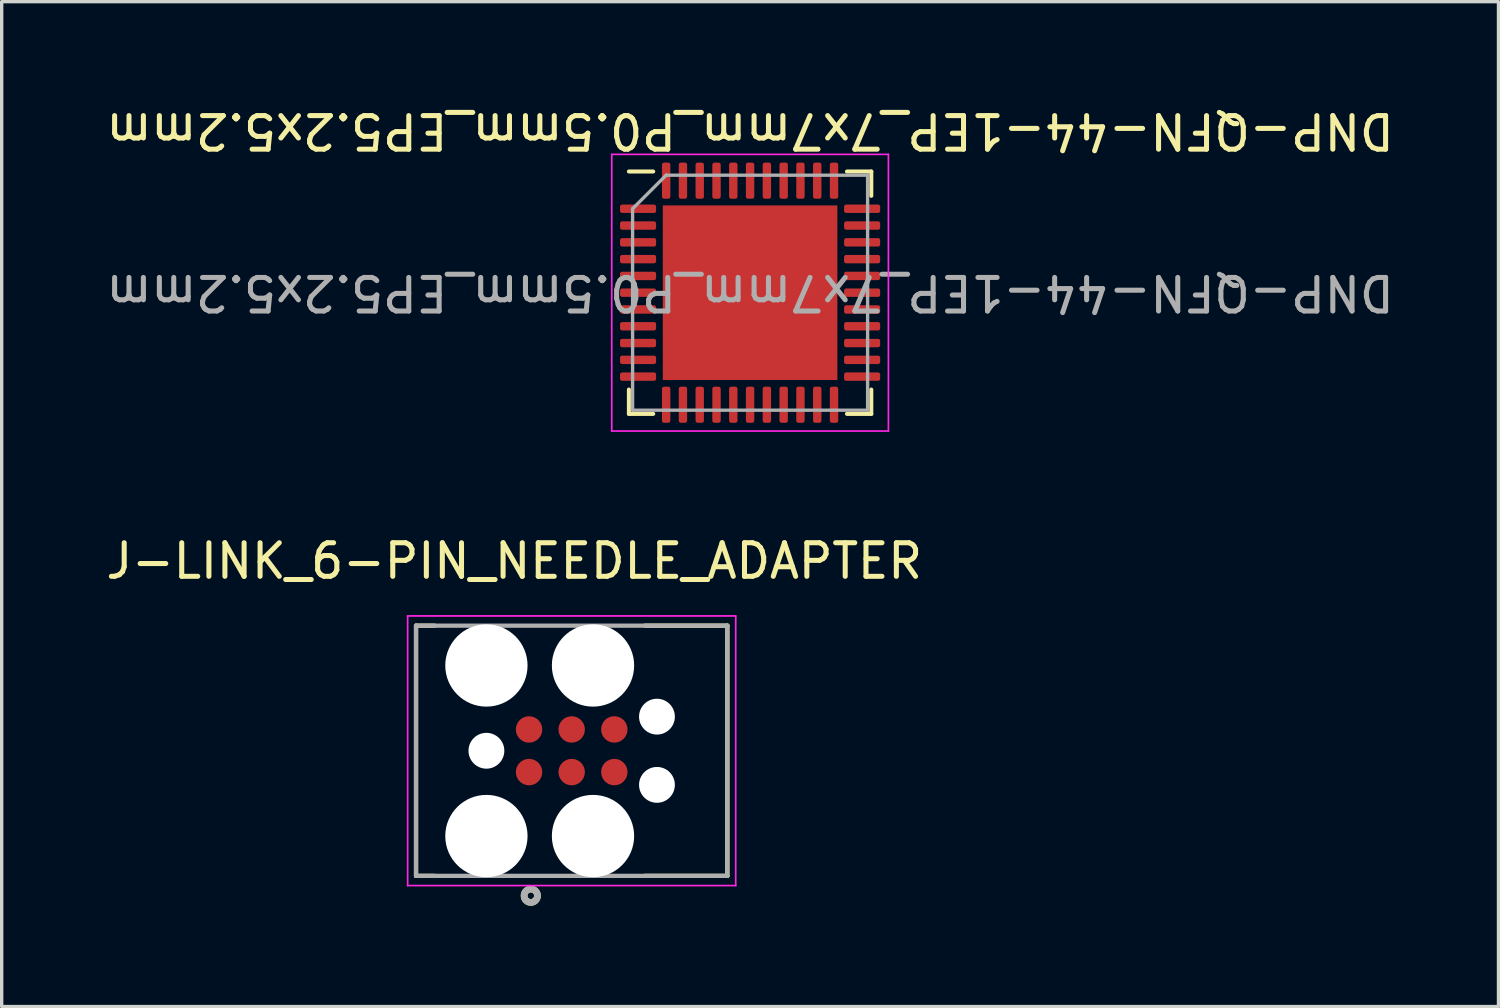
<source format=kicad_pcb>
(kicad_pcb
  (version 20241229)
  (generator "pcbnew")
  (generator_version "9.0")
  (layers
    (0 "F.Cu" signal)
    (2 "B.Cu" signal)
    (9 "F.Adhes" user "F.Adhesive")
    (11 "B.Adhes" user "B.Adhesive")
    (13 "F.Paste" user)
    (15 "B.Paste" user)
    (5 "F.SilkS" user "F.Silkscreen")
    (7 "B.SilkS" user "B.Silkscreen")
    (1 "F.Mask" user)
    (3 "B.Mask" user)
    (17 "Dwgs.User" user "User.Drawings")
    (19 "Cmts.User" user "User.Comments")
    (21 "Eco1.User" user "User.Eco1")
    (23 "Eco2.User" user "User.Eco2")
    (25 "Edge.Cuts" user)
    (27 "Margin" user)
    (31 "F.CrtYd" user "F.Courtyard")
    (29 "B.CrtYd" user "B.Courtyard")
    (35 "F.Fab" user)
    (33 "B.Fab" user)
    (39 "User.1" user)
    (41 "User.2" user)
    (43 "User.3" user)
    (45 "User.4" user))
  (footprint "DNP-QFN-44-1EP_7x7mm_P0.5mm_EP5.2x5.2mm"
    (layer "F.Cu")
    (at 19.292 5.668)
    (property "Reference" "DNP-QFN-44-1EP_7x7mm_P0.5mm_EP5.2x5.2mm" (at 0 -4.82 180) (unlocked yes) (layer "F.SilkS") (effects (font (size 1 1) (thickness 0.15))))
    (attr smd exclude_from_pos_files exclude_from_bom)
    (fp_line (start -3.61 3.61) (end -3.61 2.885) (stroke (width 0.12) (type solid)) (layer "F.SilkS"))
    (fp_line (start -2.885 -3.61) (end -3.61 -3.61) (stroke (width 0.12) (type solid)) (layer "F.SilkS"))
    (fp_line (start -2.885 3.61) (end -3.61 3.61) (stroke (width 0.12) (type solid)) (layer "F.SilkS"))
    (fp_line (start 2.885 -3.61) (end 3.61 -3.61) (stroke (width 0.12) (type solid)) (layer "F.SilkS"))
    (fp_line (start 2.885 3.61) (end 3.61 3.61) (stroke (width 0.12) (type solid)) (layer "F.SilkS"))
    (fp_line (start 3.61 -3.61) (end 3.61 -2.885) (stroke (width 0.12) (type solid)) (layer "F.SilkS"))
    (fp_line (start 3.61 3.61) (end 3.61 2.885) (stroke (width 0.12) (type solid)) (layer "F.SilkS"))
    (fp_line (start -4.12 -4.12) (end -4.12 4.12) (stroke (width 0.05) (type solid)) (layer "F.CrtYd"))
    (fp_line (start -4.12 4.12) (end 4.12 4.12) (stroke (width 0.05) (type solid)) (layer "F.CrtYd"))
    (fp_line (start 4.12 -4.12) (end -4.12 -4.12) (stroke (width 0.05) (type solid)) (layer "F.CrtYd"))
    (fp_line (start 4.12 4.12) (end 4.12 -4.12) (stroke (width 0.05) (type solid)) (layer "F.CrtYd"))
    (fp_line (start -3.5 -2.5) (end -2.5 -3.5) (stroke (width 0.1) (type solid)) (layer "F.Fab"))
    (fp_line (start -3.5 3.5) (end -3.5 -2.5) (stroke (width 0.1) (type solid)) (layer "F.Fab"))
    (fp_line (start -2.5 -3.5) (end 3.5 -3.5) (stroke (width 0.1) (type solid)) (layer "F.Fab"))
    (fp_line (start 3.5 -3.5) (end 3.5 3.5) (stroke (width 0.1) (type solid)) (layer "F.Fab"))
    (fp_line (start 3.5 3.5) (end -3.5 3.5) (stroke (width 0.1) (type solid)) (layer "F.Fab"))
    (fp_text user "${REFERENCE}" (at 0 0 180) (unlocked yes) (layer "F.Fab") (effects (font (size 1 1) (thickness 0.15))))
    (pad "1" smd roundrect (at -3.337 -2.5) (size 1.075 0.25) (layers "F.Cu" "F.Mask") (roundrect_rratio 0.25))
    (pad "2" smd roundrect (at -3.337 -2) (size 1.075 0.25) (layers "F.Cu" "F.Mask") (roundrect_rratio 0.25))
    (pad "3" smd roundrect (at -3.337 -1.5) (size 1.075 0.25) (layers "F.Cu" "F.Mask") (roundrect_rratio 0.25))
    (pad "4" smd roundrect (at -3.337 -1) (size 1.075 0.25) (layers "F.Cu" "F.Mask") (roundrect_rratio 0.25))
    (pad "5" smd roundrect (at -3.337 -0.5) (size 1.075 0.25) (layers "F.Cu" "F.Mask") (roundrect_rratio 0.25))
    (pad "6" smd roundrect (at -3.337 0) (size 1.075 0.25) (layers "F.Cu" "F.Mask") (roundrect_rratio 0.25))
    (pad "7" smd roundrect (at -3.337 0.5) (size 1.075 0.25) (layers "F.Cu" "F.Mask") (roundrect_rratio 0.25))
    (pad "8" smd roundrect (at -3.337 1) (size 1.075 0.25) (layers "F.Cu" "F.Mask") (roundrect_rratio 0.25))
    (pad "9" smd roundrect (at -3.337 1.5) (size 1.075 0.25) (layers "F.Cu" "F.Mask") (roundrect_rratio 0.25))
    (pad "10" smd roundrect (at -3.337 2) (size 1.075 0.25) (layers "F.Cu" "F.Mask") (roundrect_rratio 0.25))
    (pad "11" smd roundrect (at -3.337 2.5) (size 1.075 0.25) (layers "F.Cu" "F.Mask") (roundrect_rratio 0.25))
    (pad "12" smd roundrect (at -2.5 3.337) (size 0.25 1.075) (layers "F.Cu" "F.Mask") (roundrect_rratio 0.25))
    (pad "13" smd roundrect (at -2 3.337) (size 0.25 1.075) (layers "F.Cu" "F.Mask") (roundrect_rratio 0.25))
    (pad "14" smd roundrect (at -1.5 3.337) (size 0.25 1.075) (layers "F.Cu" "F.Mask") (roundrect_rratio 0.25))
    (pad "15" smd roundrect (at -1 3.337) (size 0.25 1.075) (layers "F.Cu" "F.Mask") (roundrect_rratio 0.25))
    (pad "16" smd roundrect (at -0.5 3.337) (size 0.25 1.075) (layers "F.Cu" "F.Mask") (roundrect_rratio 0.25))
    (pad "17" smd roundrect (at 0 3.337) (size 0.25 1.075) (layers "F.Cu" "F.Mask") (roundrect_rratio 0.25))
    (pad "18" smd roundrect (at 0.5 3.337) (size 0.25 1.075) (layers "F.Cu" "F.Mask") (roundrect_rratio 0.25))
    (pad "19" smd roundrect (at 1 3.337) (size 0.25 1.075) (layers "F.Cu" "F.Mask") (roundrect_rratio 0.25))
    (pad "20" smd roundrect (at 1.5 3.337) (size 0.25 1.075) (layers "F.Cu" "F.Mask") (roundrect_rratio 0.25))
    (pad "21" smd roundrect (at 2 3.337) (size 0.25 1.075) (layers "F.Cu" "F.Mask") (roundrect_rratio 0.25))
    (pad "22" smd roundrect (at 2.5 3.337) (size 0.25 1.075) (layers "F.Cu" "F.Mask") (roundrect_rratio 0.25))
    (pad "23" smd roundrect (at 3.337 2.5) (size 1.075 0.25) (layers "F.Cu" "F.Mask") (roundrect_rratio 0.25))
    (pad "24" smd roundrect (at 3.337 2) (size 1.075 0.25) (layers "F.Cu" "F.Mask") (roundrect_rratio 0.25))
    (pad "25" smd roundrect (at 3.337 1.5) (size 1.075 0.25) (layers "F.Cu" "F.Mask") (roundrect_rratio 0.25))
    (pad "26" smd roundrect (at 3.337 1) (size 1.075 0.25) (layers "F.Cu" "F.Mask") (roundrect_rratio 0.25))
    (pad "27" smd roundrect (at 3.337 0.5) (size 1.075 0.25) (layers "F.Cu" "F.Mask") (roundrect_rratio 0.25))
    (pad "28" smd roundrect (at 3.337 0) (size 1.075 0.25) (layers "F.Cu" "F.Mask") (roundrect_rratio 0.25))
    (pad "29" smd roundrect (at 3.337 -0.5) (size 1.075 0.25) (layers "F.Cu" "F.Mask") (roundrect_rratio 0.25))
    (pad "30" smd roundrect (at 3.337 -1) (size 1.075 0.25) (layers "F.Cu" "F.Mask") (roundrect_rratio 0.25))
    (pad "31" smd roundrect (at 3.337 -1.5) (size 1.075 0.25) (layers "F.Cu" "F.Mask") (roundrect_rratio 0.25))
    (pad "32" smd roundrect (at 3.337 -2) (size 1.075 0.25) (layers "F.Cu" "F.Mask") (roundrect_rratio 0.25))
    (pad "33" smd roundrect (at 3.337 -2.5) (size 1.075 0.25) (layers "F.Cu" "F.Mask") (roundrect_rratio 0.25))
    (pad "34" smd roundrect (at 2.5 -3.337) (size 0.25 1.075) (layers "F.Cu" "F.Mask") (roundrect_rratio 0.25))
    (pad "35" smd roundrect (at 2 -3.337) (size 0.25 1.075) (layers "F.Cu" "F.Mask") (roundrect_rratio 0.25))
    (pad "36" smd roundrect (at 1.5 -3.337) (size 0.25 1.075) (layers "F.Cu" "F.Mask") (roundrect_rratio 0.25))
    (pad "37" smd roundrect (at 1 -3.337) (size 0.25 1.075) (layers "F.Cu" "F.Mask") (roundrect_rratio 0.25))
    (pad "38" smd roundrect (at 0.5 -3.337) (size 0.25 1.075) (layers "F.Cu" "F.Mask") (roundrect_rratio 0.25))
    (pad "39" smd roundrect (at 0 -3.337) (size 0.25 1.075) (layers "F.Cu" "F.Mask") (roundrect_rratio 0.25))
    (pad "40" smd roundrect (at -0.5 -3.337) (size 0.25 1.075) (layers "F.Cu" "F.Mask") (roundrect_rratio 0.25))
    (pad "41" smd roundrect (at -1 -3.337) (size 0.25 1.075) (layers "F.Cu" "F.Mask") (roundrect_rratio 0.25))
    (pad "42" smd roundrect (at -1.5 -3.337) (size 0.25 1.075) (layers "F.Cu" "F.Mask") (roundrect_rratio 0.25))
    (pad "43" smd roundrect (at -2 -3.337) (size 0.25 1.075) (layers "F.Cu" "F.Mask") (roundrect_rratio 0.25))
    (pad "44" smd roundrect (at -2.5 -3.337) (size 0.25 1.075) (layers "F.Cu" "F.Mask") (roundrect_rratio 0.25))
    (pad "45" smd rect (at 0 0) (size 5.2 5.2) (layers "F.Cu" "F.Mask")))
  (footprint "J-LINK_6-PIN_NEEDLE_ADAPTER"
    (layer "F.Cu")
    (at 13.978 19.312)
    (property "Reference" "J-LINK_6-PIN_NEEDLE_ADAPTER" (at -1.71 -5.651 0) (layer "F.SilkS") (effects (font (size 1 1) (thickness 0.15))))
    (attr through_hole)
    (fp_line (start -4.636 -3.727) (end -4.085 -3.727) (stroke (width 0.127) (type solid)) (layer "F.SilkS"))
    (fp_line (start -4.636 3.727) (end -4.636 -3.727) (stroke (width 0.127) (type solid)) (layer "F.SilkS"))
    (fp_line (start -4.085 3.727) (end -4.636 3.727) (stroke (width 0.127) (type solid)) (layer "F.SilkS"))
    (fp_line (start 2.18 -3.727) (end 4.636 -3.727) (stroke (width 0.127) (type solid)) (layer "F.SilkS"))
    (fp_line (start 4.636 -3.727) (end 4.636 3.727) (stroke (width 0.127) (type solid)) (layer "F.SilkS"))
    (fp_line (start 4.636 3.727) (end 2.18 3.727) (stroke (width 0.127) (type solid)) (layer "F.SilkS"))
    (fp_circle (center -1.218 4.318) (end -1.119 4.318) (stroke (width 0.2) (type solid)) (fill no) (layer "F.SilkS"))
    (fp_line (start -4.886 -4.016) (end -4.886 4.016) (stroke (width 0.05) (type solid)) (layer "F.CrtYd"))
    (fp_line (start -4.886 4.016) (end 4.886 4.016) (stroke (width 0.05) (type solid)) (layer "F.CrtYd"))
    (fp_line (start 4.886 -4.016) (end -4.886 -4.016) (stroke (width 0.05) (type solid)) (layer "F.CrtYd"))
    (fp_line (start 4.886 4.016) (end 4.886 -4.016) (stroke (width 0.05) (type solid)) (layer "F.CrtYd"))
    (fp_line (start -4.636 -3.727) (end 4.636 -3.727) (stroke (width 0.127) (type solid)) (layer "F.Fab"))
    (fp_line (start -4.636 3.727) (end -4.636 -3.727) (stroke (width 0.127) (type solid)) (layer "F.Fab"))
    (fp_line (start 4.636 -3.727) (end 4.636 3.727) (stroke (width 0.127) (type solid)) (layer "F.Fab"))
    (fp_line (start 4.636 3.727) (end -4.636 3.727) (stroke (width 0.127) (type solid)) (layer "F.Fab"))
    (fp_circle (center -1.218 4.318) (end -1.119 4.318) (stroke (width 0.2) (type solid)) (fill no) (layer "F.Fab"))
    (pad "" np_thru_hole circle (at -2.54 -2.54) (size 2.451 2.451) (drill 2.451) (layers "*.Cu" "*.Mask"))
    (pad "" np_thru_hole circle (at -2.54 0) (size 1.067 1.067) (drill 1.067) (layers "*.Cu" "*.Mask"))
    (pad "" np_thru_hole circle (at -2.54 2.54) (size 2.451 2.451) (drill 2.451) (layers "*.Cu" "*.Mask"))
    (pad "" np_thru_hole circle (at 0.635 -2.54) (size 2.451 2.451) (drill 2.451) (layers "*.Cu" "*.Mask"))
    (pad "" np_thru_hole circle (at 0.635 2.54) (size 2.451 2.451) (drill 2.451) (layers "*.Cu" "*.Mask"))
    (pad "" np_thru_hole circle (at 2.54 -1.016) (size 1.067 1.067) (drill 1.067) (layers "*.Cu" "*.Mask"))
    (pad "" np_thru_hole circle (at 2.54 1.016) (size 1.067 1.067) (drill 1.067) (layers "*.Cu" "*.Mask"))
    (pad "1" smd circle (at -1.27 0.635) (size 0.787 0.787) (layers "F.Cu" "F.Mask"))
    (pad "2" smd circle (at -1.27 -0.635) (size 0.787 0.787) (layers "F.Cu" "F.Mask"))
    (pad "3" smd circle (at 0 0.635) (size 0.787 0.787) (layers "F.Cu" "F.Mask"))
    (pad "4" smd circle (at 0 -0.635) (size 0.787 0.787) (layers "F.Cu" "F.Mask"))
    (pad "5" smd circle (at 1.27 0.635) (size 0.787 0.787) (layers "F.Cu" "F.Mask"))
    (pad "6" smd circle (at 1.27 -0.635) (size 0.787 0.787) (layers "F.Cu" "F.Mask"))
    (zone (net_name "") (layer "F.Cu") (hatch full 0.508) (connect_pads) (min_thickness 0.01) (filled_areas_thickness no) (keepout (tracks not_allowed) (vias not_allowed) (pads not_allowed) (copperpour not_allowed) (footprints allowed)) (placement (enabled no)) (fill) (polygon (pts (xy 13.102 19.947) (xy 13.101 19.926) (xy 13.099 19.906) (xy 13.097 19.885) (xy 13.093 19.865) (xy 13.088 19.845) (xy 13.082 19.825) (xy 13.075 19.806) (xy 13.067 19.787) (xy 13.059 19.768) (xy 13.049 19.75) (xy 13.038 19.733) (xy 13.026 19.716) (xy 13.014 19.699) (xy 13 19.684) (xy 12.986 19.669) (xy 12.971 19.655) (xy 12.956 19.641) (xy 12.939 19.629) (xy 12.922 19.617) (xy 12.905 19.606) (xy 12.887 19.596) (xy 12.868 19.588) (xy 12.849 19.58) (xy 12.83 19.573) (xy 12.81 19.567) (xy 12.79 19.562) (xy 12.77 19.558) (xy 12.749 19.556) (xy 12.729 19.554) (xy 12.708 19.553) (xy 12.708 19.071) (xy 12.729 19.07) (xy 12.749 19.068) (xy 12.77 19.066) (xy 12.79 19.062) (xy 12.81 19.057) (xy 12.83 19.051) (xy 12.849 19.044) (xy 12.868 19.036) (xy 12.887 19.028) (xy 12.905 19.018) (xy 12.922 19.007) (xy 12.939 18.995) (xy 12.956 18.983) (xy 12.971 18.969) (xy 12.986 18.955) (xy 13 18.94) (xy 13.014 18.925) (xy 13.026 18.908) (xy 13.038 18.891) (xy 13.049 18.874) (xy 13.059 18.856) (xy 13.067 18.837) (xy 13.075 18.818) (xy 13.082 18.799) (xy 13.088 18.779) (xy 13.093 18.759) (xy 13.097 18.739) (xy 13.099 18.718) (xy 13.101 18.698) (xy 13.102 18.677) (xy 13.584 18.677) (xy 13.587 18.718) (xy 13.593 18.759) (xy 13.604 18.799) (xy 13.619 18.837) (xy 13.637 18.874) (xy 13.66 18.908) (xy 13.686 18.94) (xy 13.715 18.969) (xy 13.747 18.995) (xy 13.781 19.018) (xy 13.818 19.036) (xy 13.856 19.051) (xy 13.896 19.062) (xy 13.937 19.068) (xy 13.978 19.071) (xy 14.019 19.068) (xy 14.06 19.062) (xy 14.1 19.051) (xy 14.138 19.036) (xy 14.175 19.018) (xy 14.209 18.995) (xy 14.241 18.969) (xy 14.27 18.94) (xy 14.296 18.908) (xy 14.319 18.874) (xy 14.337 18.837) (xy 14.352 18.799) (xy 14.363 18.759) (xy 14.369 18.718) (xy 14.372 18.677) (xy 14.854 18.677) (xy 14.855 18.698) (xy 14.857 18.718) (xy 14.859 18.739) (xy 14.863 18.759) (xy 14.868 18.779) (xy 14.874 18.799) (xy 14.881 18.818) (xy 14.889 18.837) (xy 14.897 18.856) (xy 14.907 18.874) (xy 14.918 18.891) (xy 14.93 18.908) (xy 14.942 18.925) (xy 14.956 18.94) (xy 14.97 18.955) (xy 14.985 18.969) (xy 15 18.983) (xy 15.017 18.995) (xy 15.034 19.007) (xy 15.051 19.018) (xy 15.069 19.028) (xy 15.088 19.036) (xy 15.107 19.044) (xy 15.126 19.051) (xy 15.146 19.057) (xy 15.166 19.062) (xy 15.186 19.066) (xy 15.207 19.068) (xy 15.227 19.07) (xy 15.248 19.071) (xy 15.248 19.553) (xy 15.227 19.554) (xy 15.207 19.556) (xy 15.186 19.558) (xy 15.166 19.562) (xy 15.146 19.567) (xy 15.126 19.573) (xy 15.107 19.58) (xy 15.088 19.588) (xy 15.069 19.596) (xy 15.051 19.606) (xy 15.034 19.617) (xy 15.017 19.629) (xy 15 19.641) (xy 14.985 19.655) (xy 14.97 19.669) (xy 14.956 19.684) (xy 14.942 19.699) (xy 14.93 19.716) (xy 14.918 19.733) (xy 14.907 19.75) (xy 14.897 19.768) (xy 14.889 19.787) (xy 14.881 19.806) (xy 14.874 19.825) (xy 14.868 19.845) (xy 14.863 19.865) (xy 14.859 19.885) (xy 14.857 19.906) (xy 14.855 19.926) (xy 14.854 19.947) (xy 14.372 19.947) (xy 14.369 19.906) (xy 14.363 19.865) (xy 14.352 19.825) (xy 14.337 19.787) (xy 14.319 19.75) (xy 14.296 19.716) (xy 14.27 19.684) (xy 14.241 19.655) (xy 14.209 19.629) (xy 14.175 19.606) (xy 14.138 19.588) (xy 14.1 19.573) (xy 14.06 19.562) (xy 14.019 19.556) (xy 13.978 19.553) (xy 13.937 19.556) (xy 13.896 19.562) (xy 13.856 19.573) (xy 13.818 19.588) (xy 13.781 19.606) (xy 13.747 19.629) (xy 13.715 19.655) (xy 13.686 19.684) (xy 13.66 19.716) (xy 13.637 19.75) (xy 13.619 19.787) (xy 13.604 19.825) (xy 13.593 19.865) (xy 13.587 19.906) (xy 13.584 19.947) (xy 13.102 19.947))))
    (zone (net_name "") (layers "F.Cu" "B.Cu") (hatch full 0.508) (connect_pads) (min_thickness 0.01) (filled_areas_thickness no) (keepout (tracks allowed) (vias not_allowed) (pads allowed) (copperpour allowed) (footprints allowed)) (placement (enabled no)) (fill) (polygon (pts (xy 13.102 19.947) (xy 13.101 19.926) (xy 13.099 19.906) (xy 13.097 19.885) (xy 13.093 19.865) (xy 13.088 19.845) (xy 13.082 19.825) (xy 13.075 19.806) (xy 13.067 19.787) (xy 13.059 19.768) (xy 13.049 19.75) (xy 13.038 19.733) (xy 13.026 19.716) (xy 13.014 19.699) (xy 13 19.684) (xy 12.986 19.669) (xy 12.971 19.655) (xy 12.956 19.641) (xy 12.939 19.629) (xy 12.922 19.617) (xy 12.905 19.606) (xy 12.887 19.596) (xy 12.868 19.588) (xy 12.849 19.58) (xy 12.83 19.573) (xy 12.81 19.567) (xy 12.79 19.562) (xy 12.77 19.558) (xy 12.749 19.556) (xy 12.729 19.554) (xy 12.708 19.553) (xy 12.708 19.071) (xy 12.729 19.07) (xy 12.749 19.068) (xy 12.77 19.066) (xy 12.79 19.062) (xy 12.81 19.057) (xy 12.83 19.051) (xy 12.849 19.044) (xy 12.868 19.036) (xy 12.887 19.028) (xy 12.905 19.018) (xy 12.922 19.007) (xy 12.939 18.995) (xy 12.956 18.983) (xy 12.971 18.969) (xy 12.986 18.955) (xy 13 18.94) (xy 13.014 18.925) (xy 13.026 18.908) (xy 13.038 18.891) (xy 13.049 18.874) (xy 13.059 18.856) (xy 13.067 18.837) (xy 13.075 18.818) (xy 13.082 18.799) (xy 13.088 18.779) (xy 13.093 18.759) (xy 13.097 18.739) (xy 13.099 18.718) (xy 13.101 18.698) (xy 13.102 18.677) (xy 13.584 18.677) (xy 13.587 18.718) (xy 13.593 18.759) (xy 13.604 18.799) (xy 13.619 18.837) (xy 13.637 18.874) (xy 13.66 18.908) (xy 13.686 18.94) (xy 13.715 18.969) (xy 13.747 18.995) (xy 13.781 19.018) (xy 13.818 19.036) (xy 13.856 19.051) (xy 13.896 19.062) (xy 13.937 19.068) (xy 13.978 19.071) (xy 14.019 19.068) (xy 14.06 19.062) (xy 14.1 19.051) (xy 14.138 19.036) (xy 14.175 19.018) (xy 14.209 18.995) (xy 14.241 18.969) (xy 14.27 18.94) (xy 14.296 18.908) (xy 14.319 18.874) (xy 14.337 18.837) (xy 14.352 18.799) (xy 14.363 18.759) (xy 14.369 18.718) (xy 14.372 18.677) (xy 14.854 18.677) (xy 14.855 18.698) (xy 14.857 18.718) (xy 14.859 18.739) (xy 14.863 18.759) (xy 14.868 18.779) (xy 14.874 18.799) (xy 14.881 18.818) (xy 14.889 18.837) (xy 14.897 18.856) (xy 14.907 18.874) (xy 14.918 18.891) (xy 14.93 18.908) (xy 14.942 18.925) (xy 14.956 18.94) (xy 14.97 18.955) (xy 14.985 18.969) (xy 15 18.983) (xy 15.017 18.995) (xy 15.034 19.007) (xy 15.051 19.018) (xy 15.069 19.028) (xy 15.088 19.036) (xy 15.107 19.044) (xy 15.126 19.051) (xy 15.146 19.057) (xy 15.166 19.062) (xy 15.186 19.066) (xy 15.207 19.068) (xy 15.227 19.07) (xy 15.248 19.071) (xy 15.248 19.553) (xy 15.227 19.554) (xy 15.207 19.556) (xy 15.186 19.558) (xy 15.166 19.562) (xy 15.146 19.567) (xy 15.126 19.573) (xy 15.107 19.58) (xy 15.088 19.588) (xy 15.069 19.596) (xy 15.051 19.606) (xy 15.034 19.617) (xy 15.017 19.629) (xy 15 19.641) (xy 14.985 19.655) (xy 14.97 19.669) (xy 14.956 19.684) (xy 14.942 19.699) (xy 14.93 19.716) (xy 14.918 19.733) (xy 14.907 19.75) (xy 14.897 19.768) (xy 14.889 19.787) (xy 14.881 19.806) (xy 14.874 19.825) (xy 14.868 19.845) (xy 14.863 19.865) (xy 14.859 19.885) (xy 14.857 19.906) (xy 14.855 19.926) (xy 14.854 19.947) (xy 14.372 19.947) (xy 14.369 19.906) (xy 14.363 19.865) (xy 14.352 19.825) (xy 14.337 19.787) (xy 14.319 19.75) (xy 14.296 19.716) (xy 14.27 19.684) (xy 14.241 19.655) (xy 14.209 19.629) (xy 14.175 19.606) (xy 14.138 19.588) (xy 14.1 19.573) (xy 14.06 19.562) (xy 14.019 19.556) (xy 13.978 19.553) (xy 13.937 19.556) (xy 13.896 19.562) (xy 13.856 19.573) (xy 13.818 19.588) (xy 13.781 19.606) (xy 13.747 19.629) (xy 13.715 19.655) (xy 13.686 19.684) (xy 13.66 19.716) (xy 13.637 19.75) (xy 13.619 19.787) (xy 13.604 19.825) (xy 13.593 19.865) (xy 13.587 19.906) (xy 13.584 19.947) (xy 13.102 19.947))))
    (zone (net_name "") (layer "B.Cu") (hatch full 0.508) (connect_pads) (min_thickness 0.01) (filled_areas_thickness no) (keepout (tracks not_allowed) (vias not_allowed) (pads not_allowed) (copperpour not_allowed) (footprints allowed)) (placement (enabled no)) (fill) (polygon (pts (xy 10.664 14.694) (xy 12.213 14.694) (xy 12.213 15.862) (xy 10.664 15.862))))
    (zone (net_name "") (layer "B.Cu") (hatch full 0.508) (connect_pads) (min_thickness 0.01) (filled_areas_thickness no) (keepout (tracks not_allowed) (vias not_allowed) (pads not_allowed) (copperpour not_allowed) (footprints allowed)) (placement (enabled no)) (fill) (polygon (pts (xy 10.664 22.762) (xy 12.213 22.762) (xy 12.213 23.93) (xy 10.664 23.93))))
    (zone (net_name "") (layer "B.Cu") (hatch full 0.508) (connect_pads) (min_thickness 0.01) (filled_areas_thickness no) (keepout (tracks not_allowed) (vias not_allowed) (pads not_allowed) (copperpour not_allowed) (footprints allowed)) (placement (enabled no)) (fill) (polygon (pts (xy 13.839 14.694) (xy 15.388 14.694) (xy 15.388 15.862) (xy 13.839 15.862))))
    (zone (net_name "") (layer "B.Cu") (hatch full 0.508) (connect_pads) (min_thickness 0.01) (filled_areas_thickness no) (keepout (tracks not_allowed) (vias not_allowed) (pads not_allowed) (copperpour not_allowed) (footprints allowed)) (placement (enabled no)) (fill) (polygon (pts (xy 13.839 22.762) (xy 15.388 22.762) (xy 15.388 23.93) (xy 13.839 23.93)))))
  (gr_rect
    (start -3 -3)
    (end 41.583 26.93)
    (stroke (width 0.1) (type default))
    (fill no)
    (layer "Edge.Cuts")))
</source>
